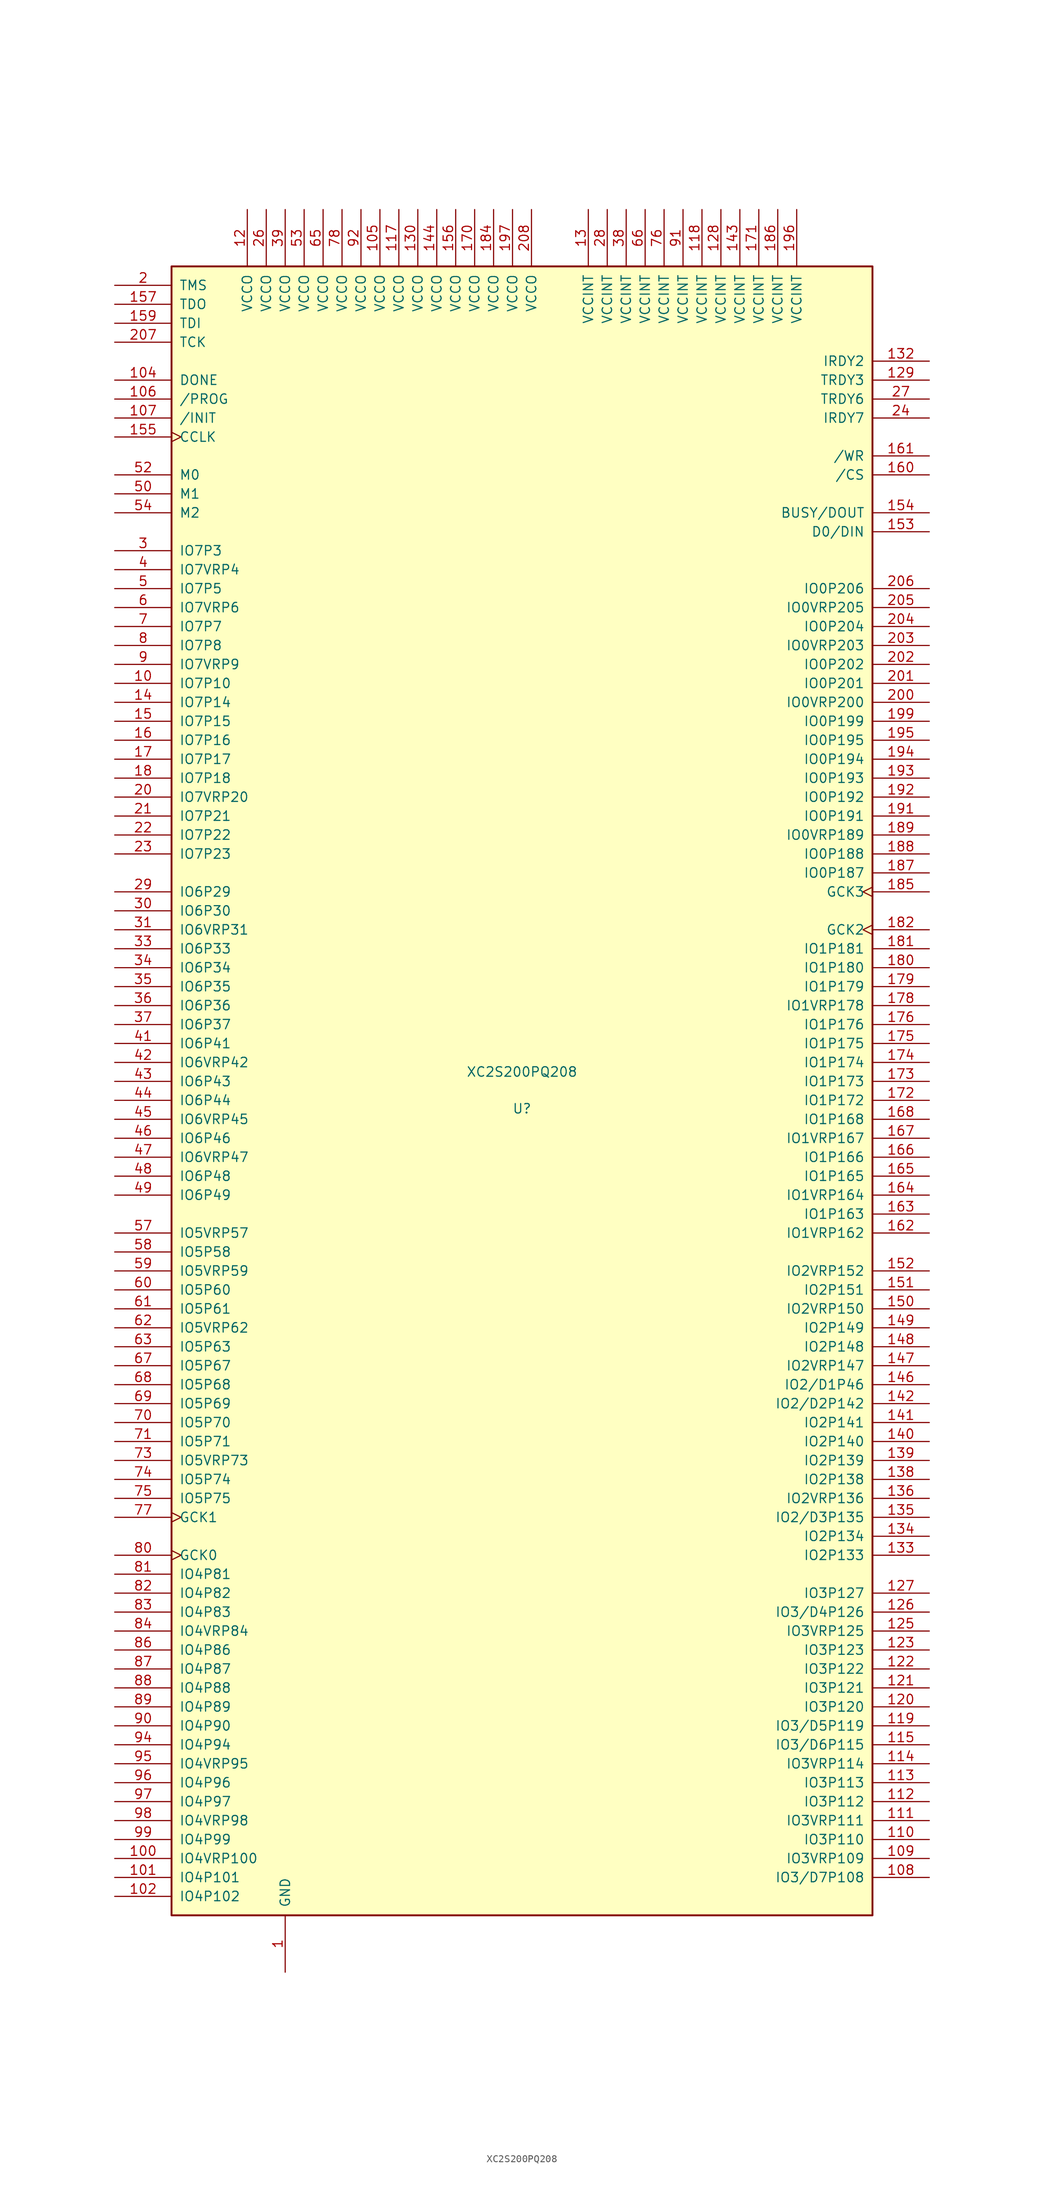
<source format=kicad_sym>
(kicad_symbol_lib
  (version 20220914)
  (generator kicad_symbol_editor)
  (symbol "XC2S200PQ208"
    (pin_names
      (offset 1.016))
    (property "Reference" "U"
      (at 0 -2.388 0)
      (effects (font (size 1.27 1.27))))
    (property "Value" "XC2S200PQ208"
      (at 0 2.54 0)
      (effects (font (size 1.27 1.27))))
    (symbol "XC2S200PQ208_0_1"
      (rectangle (start -46.99 110.49) (end 46.99 -110.49) (stroke (width 0.254) (type default)) (fill (type background))))
    (symbol "XC2S200PQ208_1_1"
      (pin passive line (at -31.75 -118.11 90) (length 7.62) (name "GND" (effects (font (size 1.27 1.27)))) (number "1" (effects (font (size 1.27 1.27)))))
      (pin bidirectional line (at -54.61 54.61 0) (length 7.62) (name "IO7P10" (effects (font (size 1.27 1.27)))) (number "10" (effects (font (size 1.27 1.27)))))
      (pin bidirectional line (at -54.61 -102.87 0) (length 7.62) (name "IO4VRP100" (effects (font (size 1.27 1.27)))) (number "100" (effects (font (size 1.27 1.27)))))
      (pin bidirectional line (at -54.61 -105.41 0) (length 7.62) (name "IO4P101" (effects (font (size 1.27 1.27)))) (number "101" (effects (font (size 1.27 1.27)))))
      (pin bidirectional line (at -54.61 -107.95 0) (length 7.62) (name "IO4P102" (effects (font (size 1.27 1.27)))) (number "102" (effects (font (size 1.27 1.27)))))
      (pin passive line (at -31.75 -118.11 90) (length 7.62) hide (name "GND" (effects (font (size 1.27 1.27)))) (number "103" (effects (font (size 1.27 1.27)))))
      (pin bidirectional line (at -54.61 95.25 0) (length 7.62) (name "DONE" (effects (font (size 1.27 1.27)))) (number "104" (effects (font (size 1.27 1.27)))))
      (pin passive line (at -19.05 118.11 270) (length 7.62) (name "VCCO" (effects (font (size 1.27 1.27)))) (number "105" (effects (font (size 1.27 1.27)))))
      (pin input line (at -54.61 92.71 0) (length 7.62) (name "/PROG" (effects (font (size 1.27 1.27)))) (number "106" (effects (font (size 1.27 1.27)))))
      (pin bidirectional line (at -54.61 90.17 0) (length 7.62) (name "/INIT" (effects (font (size 1.27 1.27)))) (number "107" (effects (font (size 1.27 1.27)))))
      (pin bidirectional line (at 54.61 -105.41 180) (length 7.62) (name "IO3/D7P108" (effects (font (size 1.27 1.27)))) (number "108" (effects (font (size 1.27 1.27)))))
      (pin bidirectional line (at 54.61 -102.87 180) (length 7.62) (name "IO3VRP109" (effects (font (size 1.27 1.27)))) (number "109" (effects (font (size 1.27 1.27)))))
      (pin passive line (at -31.75 -118.11 90) (length 7.62) hide (name "GND" (effects (font (size 1.27 1.27)))) (number "11" (effects (font (size 1.27 1.27)))))
      (pin bidirectional line (at 54.61 -100.33 180) (length 7.62) (name "IO3P110" (effects (font (size 1.27 1.27)))) (number "110" (effects (font (size 1.27 1.27)))))
      (pin bidirectional line (at 54.61 -97.79 180) (length 7.62) (name "IO3VRP111" (effects (font (size 1.27 1.27)))) (number "111" (effects (font (size 1.27 1.27)))))
      (pin bidirectional line (at 54.61 -95.25 180) (length 7.62) (name "IO3P112" (effects (font (size 1.27 1.27)))) (number "112" (effects (font (size 1.27 1.27)))))
      (pin bidirectional line (at 54.61 -92.71 180) (length 7.62) (name "IO3P113" (effects (font (size 1.27 1.27)))) (number "113" (effects (font (size 1.27 1.27)))))
      (pin bidirectional line (at 54.61 -90.17 180) (length 7.62) (name "IO3VRP114" (effects (font (size 1.27 1.27)))) (number "114" (effects (font (size 1.27 1.27)))))
      (pin bidirectional line (at 54.61 -87.63 180) (length 7.62) (name "IO3/D6P115" (effects (font (size 1.27 1.27)))) (number "115" (effects (font (size 1.27 1.27)))))
      (pin passive line (at -31.75 -118.11 90) (length 7.62) hide (name "GND" (effects (font (size 1.27 1.27)))) (number "116" (effects (font (size 1.27 1.27)))))
      (pin passive line (at -16.51 118.11 270) (length 7.62) (name "VCCO" (effects (font (size 1.27 1.27)))) (number "117" (effects (font (size 1.27 1.27)))))
      (pin passive line (at 24.13 118.11 270) (length 7.62) (name "VCCINT" (effects (font (size 1.27 1.27)))) (number "118" (effects (font (size 1.27 1.27)))))
      (pin bidirectional line (at 54.61 -85.09 180) (length 7.62) (name "IO3/D5P119" (effects (font (size 1.27 1.27)))) (number "119" (effects (font (size 1.27 1.27)))))
      (pin passive line (at -36.83 118.11 270) (length 7.62) (name "VCCO" (effects (font (size 1.27 1.27)))) (number "12" (effects (font (size 1.27 1.27)))))
      (pin bidirectional line (at 54.61 -82.55 180) (length 7.62) (name "IO3P120" (effects (font (size 1.27 1.27)))) (number "120" (effects (font (size 1.27 1.27)))))
      (pin bidirectional line (at 54.61 -80.01 180) (length 7.62) (name "IO3P121" (effects (font (size 1.27 1.27)))) (number "121" (effects (font (size 1.27 1.27)))))
      (pin bidirectional line (at 54.61 -77.47 180) (length 7.62) (name "IO3P122" (effects (font (size 1.27 1.27)))) (number "122" (effects (font (size 1.27 1.27)))))
      (pin bidirectional line (at 54.61 -74.93 180) (length 7.62) (name "IO3P123" (effects (font (size 1.27 1.27)))) (number "123" (effects (font (size 1.27 1.27)))))
      (pin passive line (at -31.75 -118.11 90) (length 7.62) hide (name "GND" (effects (font (size 1.27 1.27)))) (number "124" (effects (font (size 1.27 1.27)))))
      (pin bidirectional line (at 54.61 -72.39 180) (length 7.62) (name "IO3VRP125" (effects (font (size 1.27 1.27)))) (number "125" (effects (font (size 1.27 1.27)))))
      (pin bidirectional line (at 54.61 -69.85 180) (length 7.62) (name "IO3/D4P126" (effects (font (size 1.27 1.27)))) (number "126" (effects (font (size 1.27 1.27)))))
      (pin bidirectional line (at 54.61 -67.31 180) (length 7.62) (name "IO3P127" (effects (font (size 1.27 1.27)))) (number "127" (effects (font (size 1.27 1.27)))))
      (pin passive line (at 26.67 118.11 270) (length 7.62) (name "VCCINT" (effects (font (size 1.27 1.27)))) (number "128" (effects (font (size 1.27 1.27)))))
      (pin bidirectional line (at 54.61 95.25 180) (length 7.62) (name "TRDY3" (effects (font (size 1.27 1.27)))) (number "129" (effects (font (size 1.27 1.27)))))
      (pin passive line (at 8.89 118.11 270) (length 7.62) (name "VCCINT" (effects (font (size 1.27 1.27)))) (number "13" (effects (font (size 1.27 1.27)))))
      (pin passive line (at -13.97 118.11 270) (length 7.62) (name "VCCO" (effects (font (size 1.27 1.27)))) (number "130" (effects (font (size 1.27 1.27)))))
      (pin passive line (at -31.75 -118.11 90) (length 7.62) hide (name "GND" (effects (font (size 1.27 1.27)))) (number "131" (effects (font (size 1.27 1.27)))))
      (pin bidirectional line (at 54.61 97.79 180) (length 7.62) (name "IRDY2" (effects (font (size 1.27 1.27)))) (number "132" (effects (font (size 1.27 1.27)))))
      (pin bidirectional line (at 54.61 -62.23 180) (length 7.62) (name "IO2P133" (effects (font (size 1.27 1.27)))) (number "133" (effects (font (size 1.27 1.27)))))
      (pin bidirectional line (at 54.61 -59.69 180) (length 7.62) (name "IO2P134" (effects (font (size 1.27 1.27)))) (number "134" (effects (font (size 1.27 1.27)))))
      (pin bidirectional line (at 54.61 -57.15 180) (length 7.62) (name "IO2/D3P135" (effects (font (size 1.27 1.27)))) (number "135" (effects (font (size 1.27 1.27)))))
      (pin bidirectional line (at 54.61 -54.61 180) (length 7.62) (name "IO2VRP136" (effects (font (size 1.27 1.27)))) (number "136" (effects (font (size 1.27 1.27)))))
      (pin passive line (at -31.75 -118.11 90) (length 7.62) hide (name "GND" (effects (font (size 1.27 1.27)))) (number "137" (effects (font (size 1.27 1.27)))))
      (pin bidirectional line (at 54.61 -52.07 180) (length 7.62) (name "IO2P138" (effects (font (size 1.27 1.27)))) (number "138" (effects (font (size 1.27 1.27)))))
      (pin bidirectional line (at 54.61 -49.53 180) (length 7.62) (name "IO2P139" (effects (font (size 1.27 1.27)))) (number "139" (effects (font (size 1.27 1.27)))))
      (pin bidirectional line (at -54.61 52.07 0) (length 7.62) (name "IO7P14" (effects (font (size 1.27 1.27)))) (number "14" (effects (font (size 1.27 1.27)))))
      (pin bidirectional line (at 54.61 -46.99 180) (length 7.62) (name "IO2P140" (effects (font (size 1.27 1.27)))) (number "140" (effects (font (size 1.27 1.27)))))
      (pin bidirectional line (at 54.61 -44.45 180) (length 7.62) (name "IO2P141" (effects (font (size 1.27 1.27)))) (number "141" (effects (font (size 1.27 1.27)))))
      (pin bidirectional line (at 54.61 -41.91 180) (length 7.62) (name "IO2/D2P142" (effects (font (size 1.27 1.27)))) (number "142" (effects (font (size 1.27 1.27)))))
      (pin passive line (at 29.21 118.11 270) (length 7.62) (name "VCCINT" (effects (font (size 1.27 1.27)))) (number "143" (effects (font (size 1.27 1.27)))))
      (pin passive line (at -11.43 118.11 270) (length 7.62) (name "VCCO" (effects (font (size 1.27 1.27)))) (number "144" (effects (font (size 1.27 1.27)))))
      (pin passive line (at -31.75 -118.11 90) (length 7.62) hide (name "GND" (effects (font (size 1.27 1.27)))) (number "145" (effects (font (size 1.27 1.27)))))
      (pin bidirectional line (at 54.61 -39.37 180) (length 7.62) (name "IO2/D1P46" (effects (font (size 1.27 1.27)))) (number "146" (effects (font (size 1.27 1.27)))))
      (pin bidirectional line (at 54.61 -36.83 180) (length 7.62) (name "IO2VRP147" (effects (font (size 1.27 1.27)))) (number "147" (effects (font (size 1.27 1.27)))))
      (pin bidirectional line (at 54.61 -34.29 180) (length 7.62) (name "IO2P148" (effects (font (size 1.27 1.27)))) (number "148" (effects (font (size 1.27 1.27)))))
      (pin bidirectional line (at 54.61 -31.75 180) (length 7.62) (name "IO2P149" (effects (font (size 1.27 1.27)))) (number "149" (effects (font (size 1.27 1.27)))))
      (pin bidirectional line (at -54.61 49.53 0) (length 7.62) (name "IO7P15" (effects (font (size 1.27 1.27)))) (number "15" (effects (font (size 1.27 1.27)))))
      (pin bidirectional line (at 54.61 -29.21 180) (length 7.62) (name "IO2VRP150" (effects (font (size 1.27 1.27)))) (number "150" (effects (font (size 1.27 1.27)))))
      (pin bidirectional line (at 54.61 -26.67 180) (length 7.62) (name "IO2P151" (effects (font (size 1.27 1.27)))) (number "151" (effects (font (size 1.27 1.27)))))
      (pin bidirectional line (at 54.61 -24.13 180) (length 7.62) (name "IO2VRP152" (effects (font (size 1.27 1.27)))) (number "152" (effects (font (size 1.27 1.27)))))
      (pin bidirectional line (at 54.61 74.93 180) (length 7.62) (name "D0/DIN" (effects (font (size 1.27 1.27)))) (number "153" (effects (font (size 1.27 1.27)))))
      (pin bidirectional line (at 54.61 77.47 180) (length 7.62) (name "BUSY/DOUT" (effects (font (size 1.27 1.27)))) (number "154" (effects (font (size 1.27 1.27)))))
      (pin bidirectional clock (at -54.61 87.63 0) (length 7.62) (name "CCLK" (effects (font (size 1.27 1.27)))) (number "155" (effects (font (size 1.27 1.27)))))
      (pin passive line (at -8.89 118.11 270) (length 7.62) (name "VCCO" (effects (font (size 1.27 1.27)))) (number "156" (effects (font (size 1.27 1.27)))))
      (pin bidirectional line (at -54.61 105.41 0) (length 7.62) (name "TDO" (effects (font (size 1.27 1.27)))) (number "157" (effects (font (size 1.27 1.27)))))
      (pin passive line (at -31.75 -118.11 90) (length 7.62) hide (name "GND" (effects (font (size 1.27 1.27)))) (number "158" (effects (font (size 1.27 1.27)))))
      (pin bidirectional line (at -54.61 102.87 0) (length 7.62) (name "TDI" (effects (font (size 1.27 1.27)))) (number "159" (effects (font (size 1.27 1.27)))))
      (pin bidirectional line (at -54.61 46.99 0) (length 7.62) (name "IO7P16" (effects (font (size 1.27 1.27)))) (number "16" (effects (font (size 1.27 1.27)))))
      (pin bidirectional line (at 54.61 82.55 180) (length 7.62) (name "/CS" (effects (font (size 1.27 1.27)))) (number "160" (effects (font (size 1.27 1.27)))))
      (pin bidirectional line (at 54.61 85.09 180) (length 7.62) (name "/WR" (effects (font (size 1.27 1.27)))) (number "161" (effects (font (size 1.27 1.27)))))
      (pin bidirectional line (at 54.61 -19.05 180) (length 7.62) (name "IO1VRP162" (effects (font (size 1.27 1.27)))) (number "162" (effects (font (size 1.27 1.27)))))
      (pin bidirectional line (at 54.61 -16.51 180) (length 7.62) (name "IO1P163" (effects (font (size 1.27 1.27)))) (number "163" (effects (font (size 1.27 1.27)))))
      (pin bidirectional line (at 54.61 -13.97 180) (length 7.62) (name "IO1VRP164" (effects (font (size 1.27 1.27)))) (number "164" (effects (font (size 1.27 1.27)))))
      (pin bidirectional line (at 54.61 -11.43 180) (length 7.62) (name "IO1P165" (effects (font (size 1.27 1.27)))) (number "165" (effects (font (size 1.27 1.27)))))
      (pin bidirectional line (at 54.61 -8.89 180) (length 7.62) (name "IO1P166" (effects (font (size 1.27 1.27)))) (number "166" (effects (font (size 1.27 1.27)))))
      (pin bidirectional line (at 54.61 -6.35 180) (length 7.62) (name "IO1VRP167" (effects (font (size 1.27 1.27)))) (number "167" (effects (font (size 1.27 1.27)))))
      (pin bidirectional line (at 54.61 -3.81 180) (length 7.62) (name "IO1P168" (effects (font (size 1.27 1.27)))) (number "168" (effects (font (size 1.27 1.27)))))
      (pin passive line (at -31.75 -118.11 90) (length 7.62) hide (name "GND" (effects (font (size 1.27 1.27)))) (number "169" (effects (font (size 1.27 1.27)))))
      (pin bidirectional line (at -54.61 44.45 0) (length 7.62) (name "IO7P17" (effects (font (size 1.27 1.27)))) (number "17" (effects (font (size 1.27 1.27)))))
      (pin passive line (at -6.35 118.11 270) (length 7.62) (name "VCCO" (effects (font (size 1.27 1.27)))) (number "170" (effects (font (size 1.27 1.27)))))
      (pin passive line (at 31.75 118.11 270) (length 7.62) (name "VCCINT" (effects (font (size 1.27 1.27)))) (number "171" (effects (font (size 1.27 1.27)))))
      (pin bidirectional line (at 54.61 -1.27 180) (length 7.62) (name "IO1P172" (effects (font (size 1.27 1.27)))) (number "172" (effects (font (size 1.27 1.27)))))
      (pin bidirectional line (at 54.61 1.27 180) (length 7.62) (name "IO1P173" (effects (font (size 1.27 1.27)))) (number "173" (effects (font (size 1.27 1.27)))))
      (pin bidirectional line (at 54.61 3.81 180) (length 7.62) (name "IO1P174" (effects (font (size 1.27 1.27)))) (number "174" (effects (font (size 1.27 1.27)))))
      (pin bidirectional line (at 54.61 6.35 180) (length 7.62) (name "IO1P175" (effects (font (size 1.27 1.27)))) (number "175" (effects (font (size 1.27 1.27)))))
      (pin bidirectional line (at 54.61 8.89 180) (length 7.62) (name "IO1P176" (effects (font (size 1.27 1.27)))) (number "176" (effects (font (size 1.27 1.27)))))
      (pin passive line (at -31.75 -118.11 90) (length 7.62) hide (name "GND" (effects (font (size 1.27 1.27)))) (number "177" (effects (font (size 1.27 1.27)))))
      (pin bidirectional line (at 54.61 11.43 180) (length 7.62) (name "IO1VRP178" (effects (font (size 1.27 1.27)))) (number "178" (effects (font (size 1.27 1.27)))))
      (pin bidirectional line (at 54.61 13.97 180) (length 7.62) (name "IO1P179" (effects (font (size 1.27 1.27)))) (number "179" (effects (font (size 1.27 1.27)))))
      (pin bidirectional line (at -54.61 41.91 0) (length 7.62) (name "IO7P18" (effects (font (size 1.27 1.27)))) (number "18" (effects (font (size 1.27 1.27)))))
      (pin bidirectional line (at 54.61 16.51 180) (length 7.62) (name "IO1P180" (effects (font (size 1.27 1.27)))) (number "180" (effects (font (size 1.27 1.27)))))
      (pin bidirectional line (at 54.61 19.05 180) (length 7.62) (name "IO1P181" (effects (font (size 1.27 1.27)))) (number "181" (effects (font (size 1.27 1.27)))))
      (pin input clock (at 54.61 21.59 180) (length 7.62) (name "GCK2" (effects (font (size 1.27 1.27)))) (number "182" (effects (font (size 1.27 1.27)))))
      (pin passive line (at -31.75 -118.11 90) (length 7.62) hide (name "GND" (effects (font (size 1.27 1.27)))) (number "183" (effects (font (size 1.27 1.27)))))
      (pin passive line (at -3.81 118.11 270) (length 7.62) (name "VCCO" (effects (font (size 1.27 1.27)))) (number "184" (effects (font (size 1.27 1.27)))))
      (pin input clock (at 54.61 26.67 180) (length 7.62) (name "GCK3" (effects (font (size 1.27 1.27)))) (number "185" (effects (font (size 1.27 1.27)))))
      (pin passive line (at 34.29 118.11 270) (length 7.62) (name "VCCINT" (effects (font (size 1.27 1.27)))) (number "186" (effects (font (size 1.27 1.27)))))
      (pin bidirectional line (at 54.61 29.21 180) (length 7.62) (name "IO0P187" (effects (font (size 1.27 1.27)))) (number "187" (effects (font (size 1.27 1.27)))))
      (pin bidirectional line (at 54.61 31.75 180) (length 7.62) (name "IO0P188" (effects (font (size 1.27 1.27)))) (number "188" (effects (font (size 1.27 1.27)))))
      (pin bidirectional line (at 54.61 34.29 180) (length 7.62) (name "IO0VRP189" (effects (font (size 1.27 1.27)))) (number "189" (effects (font (size 1.27 1.27)))))
      (pin passive line (at -31.75 -118.11 90) (length 7.62) hide (name "GND" (effects (font (size 1.27 1.27)))) (number "19" (effects (font (size 1.27 1.27)))))
      (pin passive line (at -31.75 -118.11 90) (length 7.62) hide (name "GND" (effects (font (size 1.27 1.27)))) (number "190" (effects (font (size 1.27 1.27)))))
      (pin bidirectional line (at 54.61 36.83 180) (length 7.62) (name "IO0P191" (effects (font (size 1.27 1.27)))) (number "191" (effects (font (size 1.27 1.27)))))
      (pin bidirectional line (at 54.61 39.37 180) (length 7.62) (name "IO0P192" (effects (font (size 1.27 1.27)))) (number "192" (effects (font (size 1.27 1.27)))))
      (pin bidirectional line (at 54.61 41.91 180) (length 7.62) (name "IO0P193" (effects (font (size 1.27 1.27)))) (number "193" (effects (font (size 1.27 1.27)))))
      (pin bidirectional line (at 54.61 44.45 180) (length 7.62) (name "IO0P194" (effects (font (size 1.27 1.27)))) (number "194" (effects (font (size 1.27 1.27)))))
      (pin bidirectional line (at 54.61 46.99 180) (length 7.62) (name "IO0P195" (effects (font (size 1.27 1.27)))) (number "195" (effects (font (size 1.27 1.27)))))
      (pin passive line (at 36.83 118.11 270) (length 7.62) (name "VCCINT" (effects (font (size 1.27 1.27)))) (number "196" (effects (font (size 1.27 1.27)))))
      (pin passive line (at -1.27 118.11 270) (length 7.62) (name "VCCO" (effects (font (size 1.27 1.27)))) (number "197" (effects (font (size 1.27 1.27)))))
      (pin passive line (at -31.75 -118.11 90) (length 7.62) hide (name "GND" (effects (font (size 1.27 1.27)))) (number "198" (effects (font (size 1.27 1.27)))))
      (pin bidirectional line (at 54.61 49.53 180) (length 7.62) (name "IO0P199" (effects (font (size 1.27 1.27)))) (number "199" (effects (font (size 1.27 1.27)))))
      (pin bidirectional line (at -54.61 107.95 0) (length 7.62) (name "TMS" (effects (font (size 1.27 1.27)))) (number "2" (effects (font (size 1.27 1.27)))))
      (pin bidirectional line (at -54.61 39.37 0) (length 7.62) (name "IO7VRP20" (effects (font (size 1.27 1.27)))) (number "20" (effects (font (size 1.27 1.27)))))
      (pin bidirectional line (at 54.61 52.07 180) (length 7.62) (name "IO0VRP200" (effects (font (size 1.27 1.27)))) (number "200" (effects (font (size 1.27 1.27)))))
      (pin bidirectional line (at 54.61 54.61 180) (length 7.62) (name "IO0P201" (effects (font (size 1.27 1.27)))) (number "201" (effects (font (size 1.27 1.27)))))
      (pin bidirectional line (at 54.61 57.15 180) (length 7.62) (name "IO0P202" (effects (font (size 1.27 1.27)))) (number "202" (effects (font (size 1.27 1.27)))))
      (pin bidirectional line (at 54.61 59.69 180) (length 7.62) (name "IO0VRP203" (effects (font (size 1.27 1.27)))) (number "203" (effects (font (size 1.27 1.27)))))
      (pin bidirectional line (at 54.61 62.23 180) (length 7.62) (name "IO0P204" (effects (font (size 1.27 1.27)))) (number "204" (effects (font (size 1.27 1.27)))))
      (pin bidirectional line (at 54.61 64.77 180) (length 7.62) (name "IO0VRP205" (effects (font (size 1.27 1.27)))) (number "205" (effects (font (size 1.27 1.27)))))
      (pin bidirectional line (at 54.61 67.31 180) (length 7.62) (name "IO0P206" (effects (font (size 1.27 1.27)))) (number "206" (effects (font (size 1.27 1.27)))))
      (pin bidirectional line (at -54.61 100.33 0) (length 7.62) (name "TCK" (effects (font (size 1.27 1.27)))) (number "207" (effects (font (size 1.27 1.27)))))
      (pin passive line (at 1.27 118.11 270) (length 7.62) (name "VCCO" (effects (font (size 1.27 1.27)))) (number "208" (effects (font (size 1.27 1.27)))))
      (pin bidirectional line (at -54.61 36.83 0) (length 7.62) (name "IO7P21" (effects (font (size 1.27 1.27)))) (number "21" (effects (font (size 1.27 1.27)))))
      (pin bidirectional line (at -54.61 34.29 0) (length 7.62) (name "IO7P22" (effects (font (size 1.27 1.27)))) (number "22" (effects (font (size 1.27 1.27)))))
      (pin bidirectional line (at -54.61 31.75 0) (length 7.62) (name "IO7P23" (effects (font (size 1.27 1.27)))) (number "23" (effects (font (size 1.27 1.27)))))
      (pin bidirectional line (at 54.61 90.17 180) (length 7.62) (name "IRDY7" (effects (font (size 1.27 1.27)))) (number "24" (effects (font (size 1.27 1.27)))))
      (pin passive line (at -31.75 -118.11 90) (length 7.62) hide (name "GND" (effects (font (size 1.27 1.27)))) (number "25" (effects (font (size 1.27 1.27)))))
      (pin passive line (at -34.29 118.11 270) (length 7.62) (name "VCCO" (effects (font (size 1.27 1.27)))) (number "26" (effects (font (size 1.27 1.27)))))
      (pin bidirectional line (at 54.61 92.71 180) (length 7.62) (name "TRDY6" (effects (font (size 1.27 1.27)))) (number "27" (effects (font (size 1.27 1.27)))))
      (pin passive line (at 11.43 118.11 270) (length 7.62) (name "VCCINT" (effects (font (size 1.27 1.27)))) (number "28" (effects (font (size 1.27 1.27)))))
      (pin bidirectional line (at -54.61 26.67 0) (length 7.62) (name "IO6P29" (effects (font (size 1.27 1.27)))) (number "29" (effects (font (size 1.27 1.27)))))
      (pin bidirectional line (at -54.61 72.39 0) (length 7.62) (name "IO7P3" (effects (font (size 1.27 1.27)))) (number "3" (effects (font (size 1.27 1.27)))))
      (pin bidirectional line (at -54.61 24.13 0) (length 7.62) (name "IO6P30" (effects (font (size 1.27 1.27)))) (number "30" (effects (font (size 1.27 1.27)))))
      (pin bidirectional line (at -54.61 21.59 0) (length 7.62) (name "IO6VRP31" (effects (font (size 1.27 1.27)))) (number "31" (effects (font (size 1.27 1.27)))))
      (pin passive line (at -31.75 -118.11 90) (length 7.62) hide (name "GND" (effects (font (size 1.27 1.27)))) (number "32" (effects (font (size 1.27 1.27)))))
      (pin bidirectional line (at -54.61 19.05 0) (length 7.62) (name "IO6P33" (effects (font (size 1.27 1.27)))) (number "33" (effects (font (size 1.27 1.27)))))
      (pin bidirectional line (at -54.61 16.51 0) (length 7.62) (name "IO6P34" (effects (font (size 1.27 1.27)))) (number "34" (effects (font (size 1.27 1.27)))))
      (pin bidirectional line (at -54.61 13.97 0) (length 7.62) (name "IO6P35" (effects (font (size 1.27 1.27)))) (number "35" (effects (font (size 1.27 1.27)))))
      (pin bidirectional line (at -54.61 11.43 0) (length 7.62) (name "IO6P36" (effects (font (size 1.27 1.27)))) (number "36" (effects (font (size 1.27 1.27)))))
      (pin bidirectional line (at -54.61 8.89 0) (length 7.62) (name "IO6P37" (effects (font (size 1.27 1.27)))) (number "37" (effects (font (size 1.27 1.27)))))
      (pin passive line (at 13.97 118.11 270) (length 7.62) (name "VCCINT" (effects (font (size 1.27 1.27)))) (number "38" (effects (font (size 1.27 1.27)))))
      (pin passive line (at -31.75 118.11 270) (length 7.62) (name "VCCO" (effects (font (size 1.27 1.27)))) (number "39" (effects (font (size 1.27 1.27)))))
      (pin bidirectional line (at -54.61 69.85 0) (length 7.62) (name "IO7VRP4" (effects (font (size 1.27 1.27)))) (number "4" (effects (font (size 1.27 1.27)))))
      (pin passive line (at -31.75 -118.11 90) (length 7.62) hide (name "GND" (effects (font (size 1.27 1.27)))) (number "40" (effects (font (size 1.27 1.27)))))
      (pin bidirectional line (at -54.61 6.35 0) (length 7.62) (name "IO6P41" (effects (font (size 1.27 1.27)))) (number "41" (effects (font (size 1.27 1.27)))))
      (pin bidirectional line (at -54.61 3.81 0) (length 7.62) (name "IO6VRP42" (effects (font (size 1.27 1.27)))) (number "42" (effects (font (size 1.27 1.27)))))
      (pin bidirectional line (at -54.61 1.27 0) (length 7.62) (name "IO6P43" (effects (font (size 1.27 1.27)))) (number "43" (effects (font (size 1.27 1.27)))))
      (pin bidirectional line (at -54.61 -1.27 0) (length 7.62) (name "IO6P44" (effects (font (size 1.27 1.27)))) (number "44" (effects (font (size 1.27 1.27)))))
      (pin bidirectional line (at -54.61 -3.81 0) (length 7.62) (name "IO6VRP45" (effects (font (size 1.27 1.27)))) (number "45" (effects (font (size 1.27 1.27)))))
      (pin bidirectional line (at -54.61 -6.35 0) (length 7.62) (name "IO6P46" (effects (font (size 1.27 1.27)))) (number "46" (effects (font (size 1.27 1.27)))))
      (pin bidirectional line (at -54.61 -8.89 0) (length 7.62) (name "IO6VRP47" (effects (font (size 1.27 1.27)))) (number "47" (effects (font (size 1.27 1.27)))))
      (pin bidirectional line (at -54.61 -11.43 0) (length 7.62) (name "IO6P48" (effects (font (size 1.27 1.27)))) (number "48" (effects (font (size 1.27 1.27)))))
      (pin bidirectional line (at -54.61 -13.97 0) (length 7.62) (name "IO6P49" (effects (font (size 1.27 1.27)))) (number "49" (effects (font (size 1.27 1.27)))))
      (pin bidirectional line (at -54.61 67.31 0) (length 7.62) (name "IO7P5" (effects (font (size 1.27 1.27)))) (number "5" (effects (font (size 1.27 1.27)))))
      (pin input line (at -54.61 80.01 0) (length 7.62) (name "M1" (effects (font (size 1.27 1.27)))) (number "50" (effects (font (size 1.27 1.27)))))
      (pin passive line (at -31.75 -118.11 90) (length 7.62) hide (name "GND" (effects (font (size 1.27 1.27)))) (number "51" (effects (font (size 1.27 1.27)))))
      (pin input line (at -54.61 82.55 0) (length 7.62) (name "M0" (effects (font (size 1.27 1.27)))) (number "52" (effects (font (size 1.27 1.27)))))
      (pin passive line (at -29.21 118.11 270) (length 7.62) (name "VCCO" (effects (font (size 1.27 1.27)))) (number "53" (effects (font (size 1.27 1.27)))))
      (pin input line (at -54.61 77.47 0) (length 7.62) (name "M2" (effects (font (size 1.27 1.27)))) (number "54" (effects (font (size 1.27 1.27)))))
      (pin bidirectional line (at -54.61 -19.05 0) (length 7.62) (name "IO5VRP57" (effects (font (size 1.27 1.27)))) (number "57" (effects (font (size 1.27 1.27)))))
      (pin bidirectional line (at -54.61 -21.59 0) (length 7.62) (name "IO5P58" (effects (font (size 1.27 1.27)))) (number "58" (effects (font (size 1.27 1.27)))))
      (pin bidirectional line (at -54.61 -24.13 0) (length 7.62) (name "IO5VRP59" (effects (font (size 1.27 1.27)))) (number "59" (effects (font (size 1.27 1.27)))))
      (pin bidirectional line (at -54.61 64.77 0) (length 7.62) (name "IO7VRP6" (effects (font (size 1.27 1.27)))) (number "6" (effects (font (size 1.27 1.27)))))
      (pin bidirectional line (at -54.61 -26.67 0) (length 7.62) (name "IO5P60" (effects (font (size 1.27 1.27)))) (number "60" (effects (font (size 1.27 1.27)))))
      (pin bidirectional line (at -54.61 -29.21 0) (length 7.62) (name "IO5P61" (effects (font (size 1.27 1.27)))) (number "61" (effects (font (size 1.27 1.27)))))
      (pin bidirectional line (at -54.61 -31.75 0) (length 7.62) (name "IO5VRP62" (effects (font (size 1.27 1.27)))) (number "62" (effects (font (size 1.27 1.27)))))
      (pin bidirectional line (at -54.61 -34.29 0) (length 7.62) (name "IO5P63" (effects (font (size 1.27 1.27)))) (number "63" (effects (font (size 1.27 1.27)))))
      (pin passive line (at -31.75 -118.11 90) (length 7.62) hide (name "GND" (effects (font (size 1.27 1.27)))) (number "64" (effects (font (size 1.27 1.27)))))
      (pin passive line (at -26.67 118.11 270) (length 7.62) (name "VCCO" (effects (font (size 1.27 1.27)))) (number "65" (effects (font (size 1.27 1.27)))))
      (pin passive line (at 16.51 118.11 270) (length 7.62) (name "VCCINT" (effects (font (size 1.27 1.27)))) (number "66" (effects (font (size 1.27 1.27)))))
      (pin bidirectional line (at -54.61 -36.83 0) (length 7.62) (name "IO5P67" (effects (font (size 1.27 1.27)))) (number "67" (effects (font (size 1.27 1.27)))))
      (pin bidirectional line (at -54.61 -39.37 0) (length 7.62) (name "IO5P68" (effects (font (size 1.27 1.27)))) (number "68" (effects (font (size 1.27 1.27)))))
      (pin bidirectional line (at -54.61 -41.91 0) (length 7.62) (name "IO5P69" (effects (font (size 1.27 1.27)))) (number "69" (effects (font (size 1.27 1.27)))))
      (pin bidirectional line (at -54.61 62.23 0) (length 7.62) (name "IO7P7" (effects (font (size 1.27 1.27)))) (number "7" (effects (font (size 1.27 1.27)))))
      (pin bidirectional line (at -54.61 -44.45 0) (length 7.62) (name "IO5P70" (effects (font (size 1.27 1.27)))) (number "70" (effects (font (size 1.27 1.27)))))
      (pin bidirectional line (at -54.61 -46.99 0) (length 7.62) (name "IO5P71" (effects (font (size 1.27 1.27)))) (number "71" (effects (font (size 1.27 1.27)))))
      (pin passive line (at -31.75 -118.11 90) (length 7.62) hide (name "GND" (effects (font (size 1.27 1.27)))) (number "72" (effects (font (size 1.27 1.27)))))
      (pin bidirectional line (at -54.61 -49.53 0) (length 7.62) (name "IO5VRP73" (effects (font (size 1.27 1.27)))) (number "73" (effects (font (size 1.27 1.27)))))
      (pin bidirectional line (at -54.61 -52.07 0) (length 7.62) (name "IO5P74" (effects (font (size 1.27 1.27)))) (number "74" (effects (font (size 1.27 1.27)))))
      (pin bidirectional line (at -54.61 -54.61 0) (length 7.62) (name "IO5P75" (effects (font (size 1.27 1.27)))) (number "75" (effects (font (size 1.27 1.27)))))
      (pin passive line (at 19.05 118.11 270) (length 7.62) (name "VCCINT" (effects (font (size 1.27 1.27)))) (number "76" (effects (font (size 1.27 1.27)))))
      (pin input clock (at -54.61 -57.15 0) (length 7.62) (name "GCK1" (effects (font (size 1.27 1.27)))) (number "77" (effects (font (size 1.27 1.27)))))
      (pin passive line (at -24.13 118.11 270) (length 7.62) (name "VCCO" (effects (font (size 1.27 1.27)))) (number "78" (effects (font (size 1.27 1.27)))))
      (pin passive line (at -31.75 -118.11 90) (length 7.62) hide (name "GND" (effects (font (size 1.27 1.27)))) (number "79" (effects (font (size 1.27 1.27)))))
      (pin bidirectional line (at -54.61 59.69 0) (length 7.62) (name "IO7P8" (effects (font (size 1.27 1.27)))) (number "8" (effects (font (size 1.27 1.27)))))
      (pin input clock (at -54.61 -62.23 0) (length 7.62) (name "GCK0" (effects (font (size 1.27 1.27)))) (number "80" (effects (font (size 1.27 1.27)))))
      (pin bidirectional line (at -54.61 -64.77 0) (length 7.62) (name "IO4P81" (effects (font (size 1.27 1.27)))) (number "81" (effects (font (size 1.27 1.27)))))
      (pin bidirectional line (at -54.61 -67.31 0) (length 7.62) (name "IO4P82" (effects (font (size 1.27 1.27)))) (number "82" (effects (font (size 1.27 1.27)))))
      (pin bidirectional line (at -54.61 -69.85 0) (length 7.62) (name "IO4P83" (effects (font (size 1.27 1.27)))) (number "83" (effects (font (size 1.27 1.27)))))
      (pin bidirectional line (at -54.61 -72.39 0) (length 7.62) (name "IO4VRP84" (effects (font (size 1.27 1.27)))) (number "84" (effects (font (size 1.27 1.27)))))
      (pin passive line (at -31.75 -118.11 90) (length 7.62) hide (name "GND" (effects (font (size 1.27 1.27)))) (number "85" (effects (font (size 1.27 1.27)))))
      (pin bidirectional line (at -54.61 -74.93 0) (length 7.62) (name "IO4P86" (effects (font (size 1.27 1.27)))) (number "86" (effects (font (size 1.27 1.27)))))
      (pin bidirectional line (at -54.61 -77.47 0) (length 7.62) (name "IO4P87" (effects (font (size 1.27 1.27)))) (number "87" (effects (font (size 1.27 1.27)))))
      (pin bidirectional line (at -54.61 -80.01 0) (length 7.62) (name "IO4P88" (effects (font (size 1.27 1.27)))) (number "88" (effects (font (size 1.27 1.27)))))
      (pin bidirectional line (at -54.61 -82.55 0) (length 7.62) (name "IO4P89" (effects (font (size 1.27 1.27)))) (number "89" (effects (font (size 1.27 1.27)))))
      (pin bidirectional line (at -54.61 57.15 0) (length 7.62) (name "IO7VRP9" (effects (font (size 1.27 1.27)))) (number "9" (effects (font (size 1.27 1.27)))))
      (pin bidirectional line (at -54.61 -85.09 0) (length 7.62) (name "IO4P90" (effects (font (size 1.27 1.27)))) (number "90" (effects (font (size 1.27 1.27)))))
      (pin passive line (at 21.59 118.11 270) (length 7.62) (name "VCCINT" (effects (font (size 1.27 1.27)))) (number "91" (effects (font (size 1.27 1.27)))))
      (pin passive line (at -21.59 118.11 270) (length 7.62) (name "VCCO" (effects (font (size 1.27 1.27)))) (number "92" (effects (font (size 1.27 1.27)))))
      (pin passive line (at -31.75 -118.11 90) (length 7.62) hide (name "GND" (effects (font (size 1.27 1.27)))) (number "93" (effects (font (size 1.27 1.27)))))
      (pin bidirectional line (at -54.61 -87.63 0) (length 7.62) (name "IO4P94" (effects (font (size 1.27 1.27)))) (number "94" (effects (font (size 1.27 1.27)))))
      (pin bidirectional line (at -54.61 -90.17 0) (length 7.62) (name "IO4VRP95" (effects (font (size 1.27 1.27)))) (number "95" (effects (font (size 1.27 1.27)))))
      (pin bidirectional line (at -54.61 -92.71 0) (length 7.62) (name "IO4P96" (effects (font (size 1.27 1.27)))) (number "96" (effects (font (size 1.27 1.27)))))
      (pin bidirectional line (at -54.61 -95.25 0) (length 7.62) (name "IO4P97" (effects (font (size 1.27 1.27)))) (number "97" (effects (font (size 1.27 1.27)))))
      (pin bidirectional line (at -54.61 -97.79 0) (length 7.62) (name "IO4VRP98" (effects (font (size 1.27 1.27)))) (number "98" (effects (font (size 1.27 1.27)))))
      (pin bidirectional line (at -54.61 -100.33 0) (length 7.62) (name "IO4P99" (effects (font (size 1.27 1.27)))) (number "99" (effects (font (size 1.27 1.27))))))))
</source>
